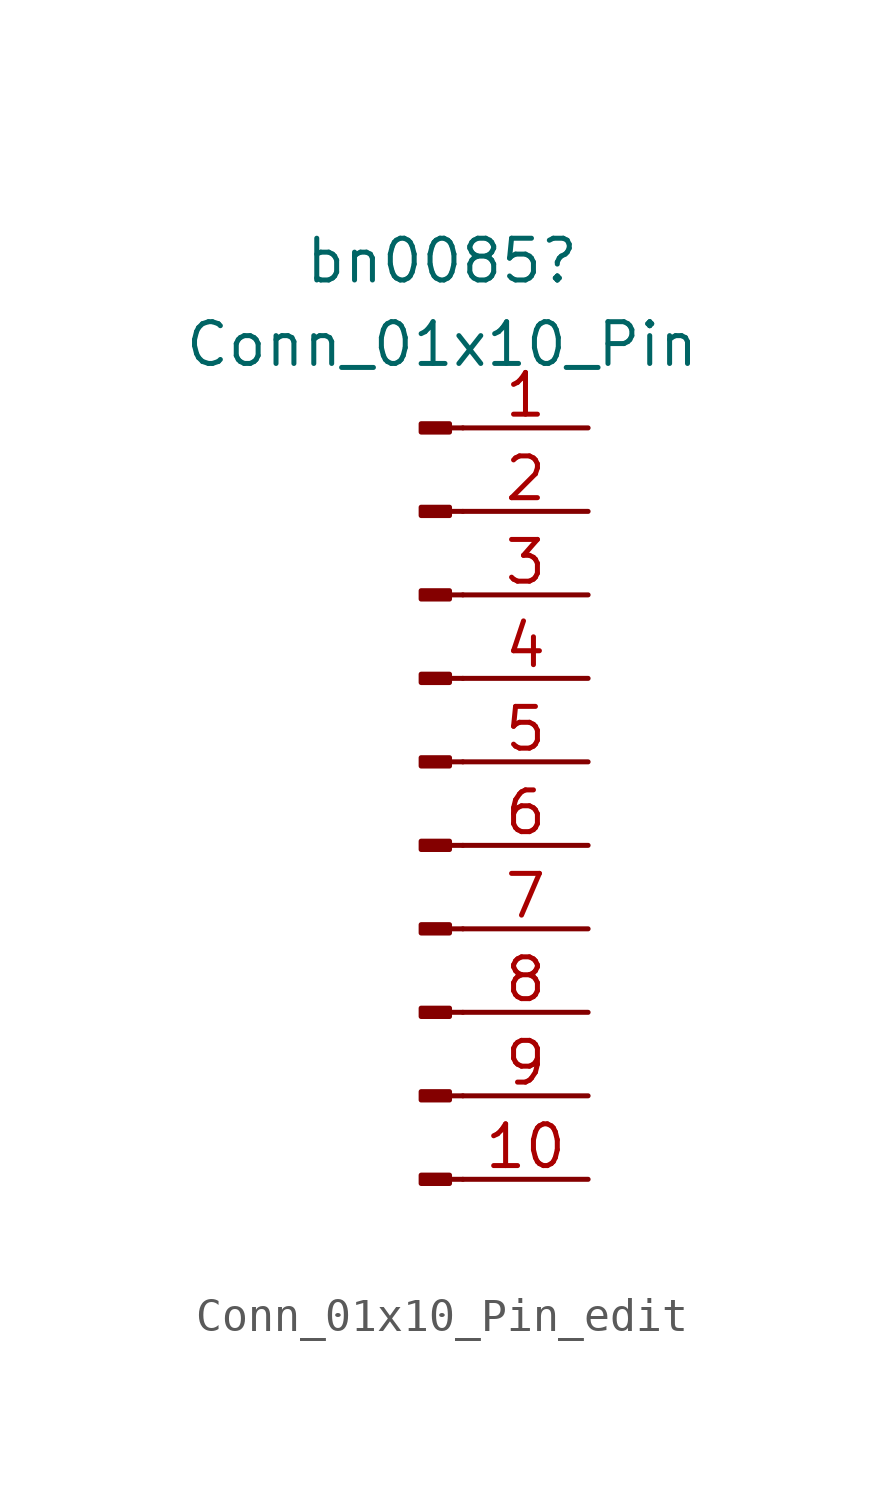
<source format=kicad_sym>
(kicad_symbol_lib
  (version 20220914)
  (generator kicad_symbol_editor)
  (symbol "Conn_01x10_Pin_edit"
    (pin_names
      (offset 1.016) hide)
    (property "Reference" "bn0085"
      (at 0.635 15.24 0)
      (effects (font (size 1.27 1.27))))
    (property "Value" "Conn_01x10_Pin"
      (at 0.635 12.7 0)
      (effects (font (size 1.27 1.27))))
    (property "ki_locked" ""
      (at 0 0 0)
      (effects (font (size 1.27 1.27))))
    (symbol "Conn_01x10_Pin_edit_1_1"
      (polyline (pts (xy 1.27 -12.7) (xy 0.864 -12.7)) (stroke (width 0.152) (type default)) (fill (type none)))
      (polyline (pts (xy 1.27 -10.16) (xy 0.864 -10.16)) (stroke (width 0.152) (type default)) (fill (type none)))
      (polyline (pts (xy 1.27 -7.62) (xy 0.864 -7.62)) (stroke (width 0.152) (type default)) (fill (type none)))
      (polyline (pts (xy 1.27 -5.08) (xy 0.864 -5.08)) (stroke (width 0.152) (type default)) (fill (type none)))
      (polyline (pts (xy 1.27 -2.54) (xy 0.864 -2.54)) (stroke (width 0.152) (type default)) (fill (type none)))
      (polyline (pts (xy 1.27 0) (xy 0.864 0)) (stroke (width 0.152) (type default)) (fill (type none)))
      (polyline (pts (xy 1.27 2.54) (xy 0.864 2.54)) (stroke (width 0.152) (type default)) (fill (type none)))
      (polyline (pts (xy 1.27 5.08) (xy 0.864 5.08)) (stroke (width 0.152) (type default)) (fill (type none)))
      (polyline (pts (xy 1.27 7.62) (xy 0.864 7.62)) (stroke (width 0.152) (type default)) (fill (type none)))
      (polyline (pts (xy 1.27 10.16) (xy 0.864 10.16)) (stroke (width 0.152) (type default)) (fill (type none)))
      (rectangle (start 0.864 -12.573) (end 0 -12.827) (stroke (width 0.152) (type default)) (fill (type outline)))
      (rectangle (start 0.864 -10.033) (end 0 -10.287) (stroke (width 0.152) (type default)) (fill (type outline)))
      (rectangle (start 0.864 -7.493) (end 0 -7.747) (stroke (width 0.152) (type default)) (fill (type outline)))
      (rectangle (start 0.864 -4.953) (end 0 -5.207) (stroke (width 0.152) (type default)) (fill (type outline)))
      (rectangle (start 0.864 -2.413) (end 0 -2.667) (stroke (width 0.152) (type default)) (fill (type outline)))
      (rectangle (start 0.864 0.127) (end 0 -0.127) (stroke (width 0.152) (type default)) (fill (type outline)))
      (rectangle (start 0.864 2.667) (end 0 2.413) (stroke (width 0.152) (type default)) (fill (type outline)))
      (rectangle (start 0.864 5.207) (end 0 4.953) (stroke (width 0.152) (type default)) (fill (type outline)))
      (rectangle (start 0.864 7.747) (end 0 7.493) (stroke (width 0.152) (type default)) (fill (type outline)))
      (rectangle (start 0.864 10.287) (end 0 10.033) (stroke (width 0.152) (type default)) (fill (type outline)))
      (pin passive line (at 5.08 10.16 180) (length 3.81) (name "vcc" (effects (font (size 1.27 1.27)))) (number "1" (effects (font (size 1.27 1.27)))))
      (pin passive line (at 5.08 -12.7 180) (length 3.81) (name "Pin_10" (effects (font (size 1.27 1.27)))) (number "10" (effects (font (size 1.27 1.27)))))
      (pin passive line (at 5.08 7.62 180) (length 3.81) (name "gnd" (effects (font (size 1.27 1.27)))) (number "2" (effects (font (size 1.27 1.27)))))
      (pin passive line (at 5.08 5.08 180) (length 3.81) (name "scl" (effects (font (size 1.27 1.27)))) (number "3" (effects (font (size 1.27 1.27)))))
      (pin passive line (at 5.08 2.54 180) (length 3.81) (name "sda" (effects (font (size 1.27 1.27)))) (number "4" (effects (font (size 1.27 1.27)))))
      (pin passive line (at 5.08 0 180) (length 3.81) (name "ad0" (effects (font (size 1.27 1.27)))) (number "5" (effects (font (size 1.27 1.27)))))
      (pin passive line (at 5.08 -2.54 180) (length 3.81) (name "Pin_6" (effects (font (size 1.27 1.27)))) (number "6" (effects (font (size 1.27 1.27)))))
      (pin passive line (at 5.08 -5.08 180) (length 3.81) (name "int" (effects (font (size 1.27 1.27)))) (number "7" (effects (font (size 1.27 1.27)))))
      (pin passive line (at 5.08 -7.62 180) (length 3.81) (name "Pin_8" (effects (font (size 1.27 1.27)))) (number "8" (effects (font (size 1.27 1.27)))))
      (pin passive line (at 5.08 -10.16 180) (length 3.81) (name "Pin_9" (effects (font (size 1.27 1.27)))) (number "9" (effects (font (size 1.27 1.27))))))))
</source>
